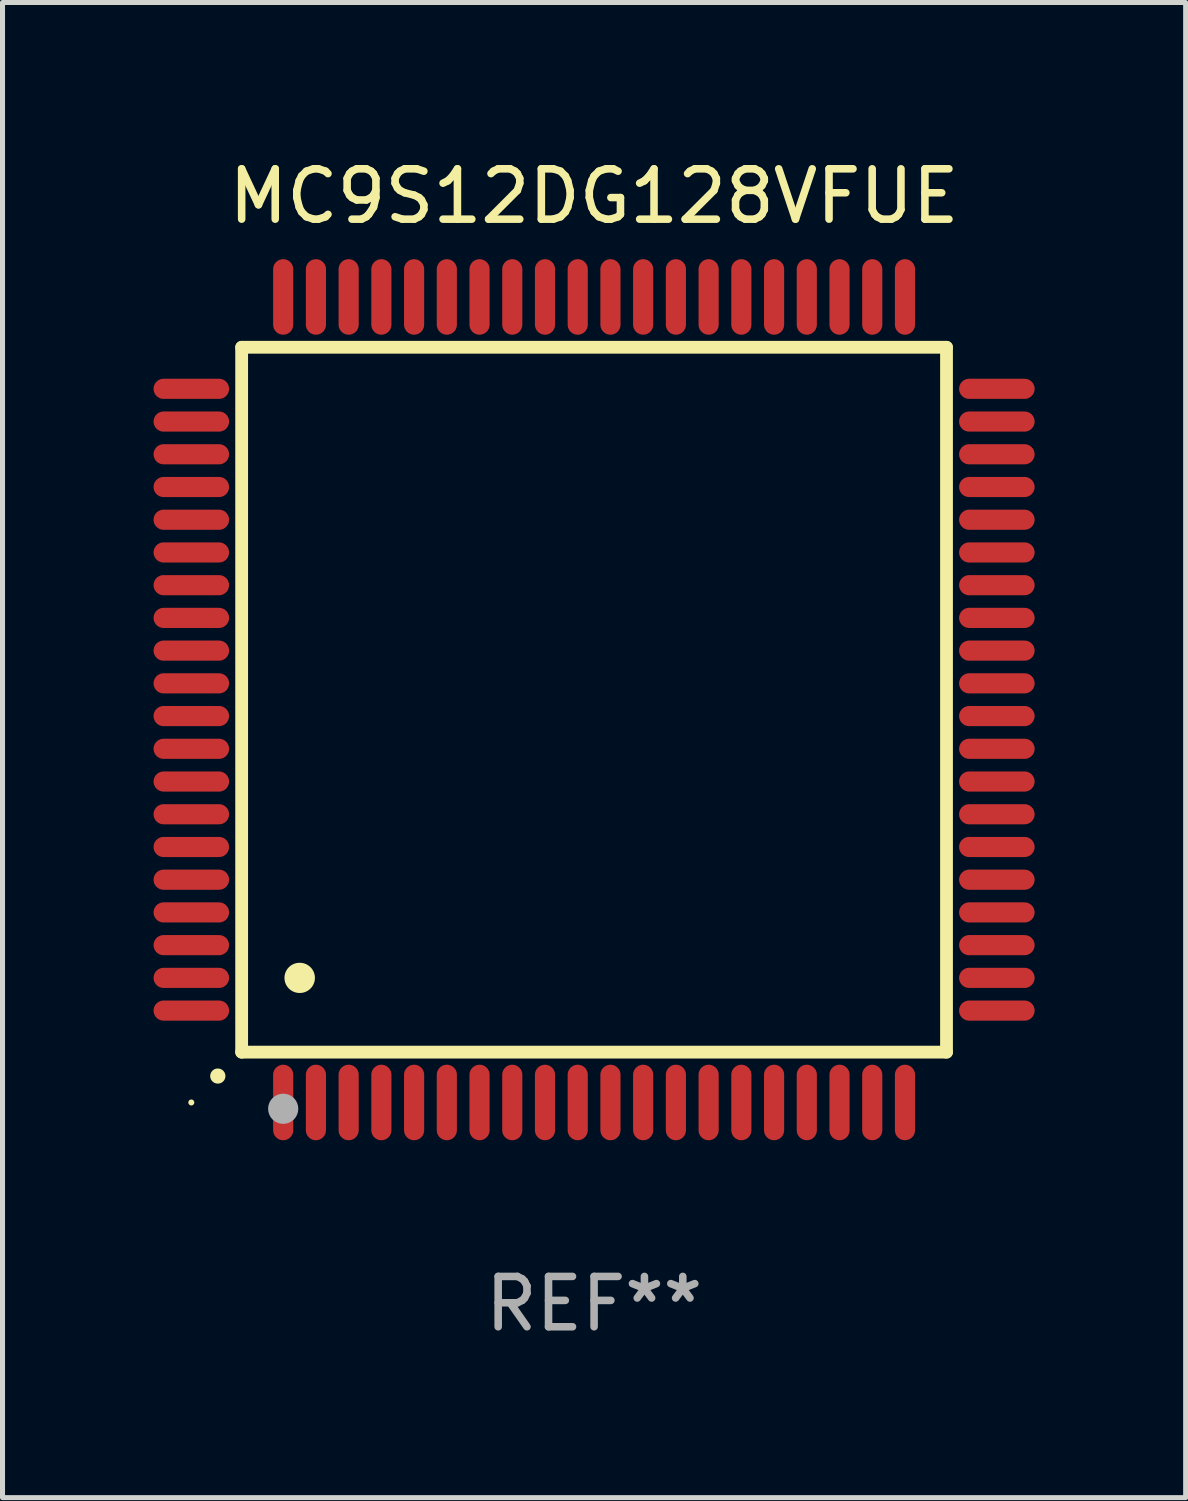
<source format=kicad_pcb>
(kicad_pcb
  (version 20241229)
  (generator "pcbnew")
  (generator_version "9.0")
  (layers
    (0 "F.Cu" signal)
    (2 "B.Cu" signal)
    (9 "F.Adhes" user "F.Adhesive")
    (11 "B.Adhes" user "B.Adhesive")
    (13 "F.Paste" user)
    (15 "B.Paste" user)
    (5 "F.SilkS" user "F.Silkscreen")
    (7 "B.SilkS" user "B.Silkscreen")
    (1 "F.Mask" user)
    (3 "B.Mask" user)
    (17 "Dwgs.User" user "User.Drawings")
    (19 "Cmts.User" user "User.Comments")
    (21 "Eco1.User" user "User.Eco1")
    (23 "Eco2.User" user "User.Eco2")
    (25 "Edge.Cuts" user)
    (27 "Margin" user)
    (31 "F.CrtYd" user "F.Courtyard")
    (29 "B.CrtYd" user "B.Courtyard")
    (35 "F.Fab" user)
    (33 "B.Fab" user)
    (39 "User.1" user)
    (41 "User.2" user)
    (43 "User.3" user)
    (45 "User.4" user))
  (footprint "MC9S12DG128VFUE"
    (layer "F.Cu")
    (at 8.75 10.848)
    (property "Reference" "MC9S12DG128VFUE" (at 0 -10 0) (layer "F.SilkS") (effects (font (size 1 1) (thickness 0.15))))
    (attr through_hole)
    (fp_line (start -7 -7) (end -7 7) (stroke (width 0.254) (type solid)) (layer "F.SilkS"))
    (fp_line (start -7 -7) (end 7 -7) (stroke (width 0.254) (type solid)) (layer "F.SilkS"))
    (fp_line (start -7 7) (end 7 7) (stroke (width 0.254) (type solid)) (layer "F.SilkS"))
    (fp_line (start 7 -7) (end 7 7) (stroke (width 0.254) (type solid)) (layer "F.SilkS"))
    (fp_arc (start -7.475006 7.475006) (mid -7.473736 7.475001) (end -7.472466 7.475006) (stroke (width 0.3) (type solid)) (layer "F.SilkS"))
    (fp_arc (start -5.850013 5.525019) (mid -5.847473 5.525008) (end -5.844933 5.525019) (stroke (width 0.6) (type solid)) (layer "F.SilkS"))
    (fp_circle (center -8 8) (end -7.97 8) (stroke (width 0.06) (type solid)) (fill no) (layer "F.SilkS"))
    (fp_circle (center -6.175 8.125) (end -6.025 8.125) (stroke (width 0.3) (type solid)) (fill no) (layer "F.Fab"))
    (fp_text user "REF**" (at 0 12 0) (layer "F.Fab") (effects (font (size 1 1) (thickness 0.15))))
    (pad "1" smd oval (at -6.175 8 180) (size 0.4 1.5) (layers "F.Cu" "F.Mask" "F.Paste"))
    (pad "2" smd oval (at -5.525 8 180) (size 0.4 1.5) (layers "F.Cu" "F.Mask" "F.Paste"))
    (pad "3" smd oval (at -4.875 8 180) (size 0.4 1.5) (layers "F.Cu" "F.Mask" "F.Paste"))
    (pad "4" smd oval (at -4.225 8 180) (size 0.4 1.5) (layers "F.Cu" "F.Mask" "F.Paste"))
    (pad "5" smd oval (at -3.575 8 180) (size 0.4 1.5) (layers "F.Cu" "F.Mask" "F.Paste"))
    (pad "6" smd oval (at -2.925 8 180) (size 0.4 1.5) (layers "F.Cu" "F.Mask" "F.Paste"))
    (pad "7" smd oval (at -2.275 8 180) (size 0.4 1.5) (layers "F.Cu" "F.Mask" "F.Paste"))
    (pad "8" smd oval (at -1.625 8 180) (size 0.4 1.5) (layers "F.Cu" "F.Mask" "F.Paste"))
    (pad "9" smd oval (at -0.975 8 180) (size 0.4 1.5) (layers "F.Cu" "F.Mask" "F.Paste"))
    (pad "10" smd oval (at -0.325 8 180) (size 0.4 1.5) (layers "F.Cu" "F.Mask" "F.Paste"))
    (pad "11" smd oval (at 0.325 8 180) (size 0.4 1.5) (layers "F.Cu" "F.Mask" "F.Paste"))
    (pad "12" smd oval (at 0.975 8 180) (size 0.4 1.5) (layers "F.Cu" "F.Mask" "F.Paste"))
    (pad "13" smd oval (at 1.625 8 180) (size 0.4 1.5) (layers "F.Cu" "F.Mask" "F.Paste"))
    (pad "14" smd oval (at 2.275 8 180) (size 0.4 1.5) (layers "F.Cu" "F.Mask" "F.Paste"))
    (pad "15" smd oval (at 2.925 8 180) (size 0.4 1.5) (layers "F.Cu" "F.Mask" "F.Paste"))
    (pad "16" smd oval (at 3.575 8 180) (size 0.4 1.5) (layers "F.Cu" "F.Mask" "F.Paste"))
    (pad "17" smd oval (at 4.225 8 180) (size 0.4 1.5) (layers "F.Cu" "F.Mask" "F.Paste"))
    (pad "18" smd oval (at 4.875 8 180) (size 0.4 1.5) (layers "F.Cu" "F.Mask" "F.Paste"))
    (pad "19" smd oval (at 5.525 8 180) (size 0.4 1.5) (layers "F.Cu" "F.Mask" "F.Paste"))
    (pad "20" smd oval (at 6.175 8) (size 0.4 1.5) (layers "F.Cu" "F.Mask" "F.Paste"))
    (pad "21" smd oval (at 8 6.175 270) (size 0.4 1.5) (layers "F.Cu" "F.Mask" "F.Paste"))
    (pad "22" smd oval (at 8 5.525 90) (size 0.4 1.5) (layers "F.Cu" "F.Mask" "F.Paste"))
    (pad "23" smd oval (at 8 4.875 90) (size 0.4 1.5) (layers "F.Cu" "F.Mask" "F.Paste"))
    (pad "24" smd oval (at 8 4.225 90) (size 0.4 1.5) (layers "F.Cu" "F.Mask" "F.Paste"))
    (pad "25" smd oval (at 8 3.575 90) (size 0.4 1.5) (layers "F.Cu" "F.Mask" "F.Paste"))
    (pad "26" smd oval (at 8 2.925 90) (size 0.4 1.5) (layers "F.Cu" "F.Mask" "F.Paste"))
    (pad "27" smd oval (at 8 2.275 90) (size 0.4 1.5) (layers "F.Cu" "F.Mask" "F.Paste"))
    (pad "28" smd oval (at 8 1.625 90) (size 0.4 1.5) (layers "F.Cu" "F.Mask" "F.Paste"))
    (pad "29" smd oval (at 8 0.975 90) (size 0.4 1.5) (layers "F.Cu" "F.Mask" "F.Paste"))
    (pad "30" smd oval (at 8 0.325 90) (size 0.4 1.5) (layers "F.Cu" "F.Mask" "F.Paste"))
    (pad "31" smd oval (at 8 -0.325 90) (size 0.4 1.5) (layers "F.Cu" "F.Mask" "F.Paste"))
    (pad "32" smd oval (at 8 -0.975 90) (size 0.4 1.5) (layers "F.Cu" "F.Mask" "F.Paste"))
    (pad "33" smd oval (at 8 -1.625 90) (size 0.4 1.5) (layers "F.Cu" "F.Mask" "F.Paste"))
    (pad "34" smd oval (at 8 -2.275 90) (size 0.4 1.5) (layers "F.Cu" "F.Mask" "F.Paste"))
    (pad "35" smd oval (at 8 -2.925 90) (size 0.4 1.5) (layers "F.Cu" "F.Mask" "F.Paste"))
    (pad "36" smd oval (at 8 -3.575 90) (size 0.4 1.5) (layers "F.Cu" "F.Mask" "F.Paste"))
    (pad "37" smd oval (at 8 -4.225 90) (size 0.4 1.5) (layers "F.Cu" "F.Mask" "F.Paste"))
    (pad "38" smd oval (at 8 -4.875 90) (size 0.4 1.5) (layers "F.Cu" "F.Mask" "F.Paste"))
    (pad "39" smd oval (at 8 -5.525 90) (size 0.4 1.5) (layers "F.Cu" "F.Mask" "F.Paste"))
    (pad "40" smd oval (at 8 -6.175 90) (size 0.4 1.5) (layers "F.Cu" "F.Mask" "F.Paste"))
    (pad "41" smd oval (at 6.175 -8) (size 0.4 1.5) (layers "F.Cu" "F.Mask" "F.Paste"))
    (pad "42" smd oval (at 5.525 -8 180) (size 0.4 1.5) (layers "F.Cu" "F.Mask" "F.Paste"))
    (pad "43" smd oval (at 4.875 -8 180) (size 0.4 1.5) (layers "F.Cu" "F.Mask" "F.Paste"))
    (pad "44" smd oval (at 4.225 -8 180) (size 0.4 1.5) (layers "F.Cu" "F.Mask" "F.Paste"))
    (pad "45" smd oval (at 3.575 -8 180) (size 0.4 1.5) (layers "F.Cu" "F.Mask" "F.Paste"))
    (pad "46" smd oval (at 2.925 -8 180) (size 0.4 1.5) (layers "F.Cu" "F.Mask" "F.Paste"))
    (pad "47" smd oval (at 2.275 -8 180) (size 0.4 1.5) (layers "F.Cu" "F.Mask" "F.Paste"))
    (pad "48" smd oval (at 1.625 -8 180) (size 0.4 1.5) (layers "F.Cu" "F.Mask" "F.Paste"))
    (pad "49" smd oval (at 0.975 -8 180) (size 0.4 1.5) (layers "F.Cu" "F.Mask" "F.Paste"))
    (pad "50" smd oval (at 0.325 -8 180) (size 0.4 1.5) (layers "F.Cu" "F.Mask" "F.Paste"))
    (pad "51" smd oval (at -0.325 -8 180) (size 0.4 1.5) (layers "F.Cu" "F.Mask" "F.Paste"))
    (pad "52" smd oval (at -0.975 -8 180) (size 0.4 1.5) (layers "F.Cu" "F.Mask" "F.Paste"))
    (pad "53" smd oval (at -1.625 -8 180) (size 0.4 1.5) (layers "F.Cu" "F.Mask" "F.Paste"))
    (pad "54" smd oval (at -2.275 -8 180) (size 0.4 1.5) (layers "F.Cu" "F.Mask" "F.Paste"))
    (pad "55" smd oval (at -2.925 -8 180) (size 0.4 1.5) (layers "F.Cu" "F.Mask" "F.Paste"))
    (pad "56" smd oval (at -3.575 -8 180) (size 0.4 1.5) (layers "F.Cu" "F.Mask" "F.Paste"))
    (pad "57" smd oval (at -4.225 -8 180) (size 0.4 1.5) (layers "F.Cu" "F.Mask" "F.Paste"))
    (pad "58" smd oval (at -4.875 -8 180) (size 0.4 1.5) (layers "F.Cu" "F.Mask" "F.Paste"))
    (pad "59" smd oval (at -5.525 -8 180) (size 0.4 1.5) (layers "F.Cu" "F.Mask" "F.Paste"))
    (pad "60" smd oval (at -6.175 -8 180) (size 0.4 1.5) (layers "F.Cu" "F.Mask" "F.Paste"))
    (pad "61" smd oval (at -8 -6.175 90) (size 0.4 1.5) (layers "F.Cu" "F.Mask" "F.Paste"))
    (pad "62" smd oval (at -8 -5.525 90) (size 0.4 1.5) (layers "F.Cu" "F.Mask" "F.Paste"))
    (pad "63" smd oval (at -8 -4.875 90) (size 0.4 1.5) (layers "F.Cu" "F.Mask" "F.Paste"))
    (pad "64" smd oval (at -8 -4.225 90) (size 0.4 1.5) (layers "F.Cu" "F.Mask" "F.Paste"))
    (pad "65" smd oval (at -8 -3.575 90) (size 0.4 1.5) (layers "F.Cu" "F.Mask" "F.Paste"))
    (pad "66" smd oval (at -8 -2.925 90) (size 0.4 1.5) (layers "F.Cu" "F.Mask" "F.Paste"))
    (pad "67" smd oval (at -8 -2.275 90) (size 0.4 1.5) (layers "F.Cu" "F.Mask" "F.Paste"))
    (pad "68" smd oval (at -8 -1.625 90) (size 0.4 1.5) (layers "F.Cu" "F.Mask" "F.Paste"))
    (pad "69" smd oval (at -8 -0.975 90) (size 0.4 1.5) (layers "F.Cu" "F.Mask" "F.Paste"))
    (pad "70" smd oval (at -8 -0.325 90) (size 0.4 1.5) (layers "F.Cu" "F.Mask" "F.Paste"))
    (pad "71" smd oval (at -8 0.325 90) (size 0.4 1.5) (layers "F.Cu" "F.Mask" "F.Paste"))
    (pad "72" smd oval (at -8 0.975 90) (size 0.4 1.5) (layers "F.Cu" "F.Mask" "F.Paste"))
    (pad "73" smd oval (at -8 1.625 90) (size 0.4 1.5) (layers "F.Cu" "F.Mask" "F.Paste"))
    (pad "74" smd oval (at -8 2.275 90) (size 0.4 1.5) (layers "F.Cu" "F.Mask" "F.Paste"))
    (pad "75" smd oval (at -8 2.925 90) (size 0.4 1.5) (layers "F.Cu" "F.Mask" "F.Paste"))
    (pad "76" smd oval (at -8 3.575 90) (size 0.4 1.5) (layers "F.Cu" "F.Mask" "F.Paste"))
    (pad "77" smd oval (at -8 4.225 90) (size 0.4 1.5) (layers "F.Cu" "F.Mask" "F.Paste"))
    (pad "78" smd oval (at -8 4.875 90) (size 0.4 1.5) (layers "F.Cu" "F.Mask" "F.Paste"))
    (pad "79" smd oval (at -8 5.525 90) (size 0.4 1.5) (layers "F.Cu" "F.Mask" "F.Paste"))
    (pad "80" smd oval (at -8 6.175 270) (size 0.4 1.5) (layers "F.Cu" "F.Mask" "F.Paste")))
  (gr_rect
    (start -3 -3)
    (end 20.5 26.697)
    (stroke (width 0.1) (type default))
    (fill no)
    (layer "Edge.Cuts")))
</source>
